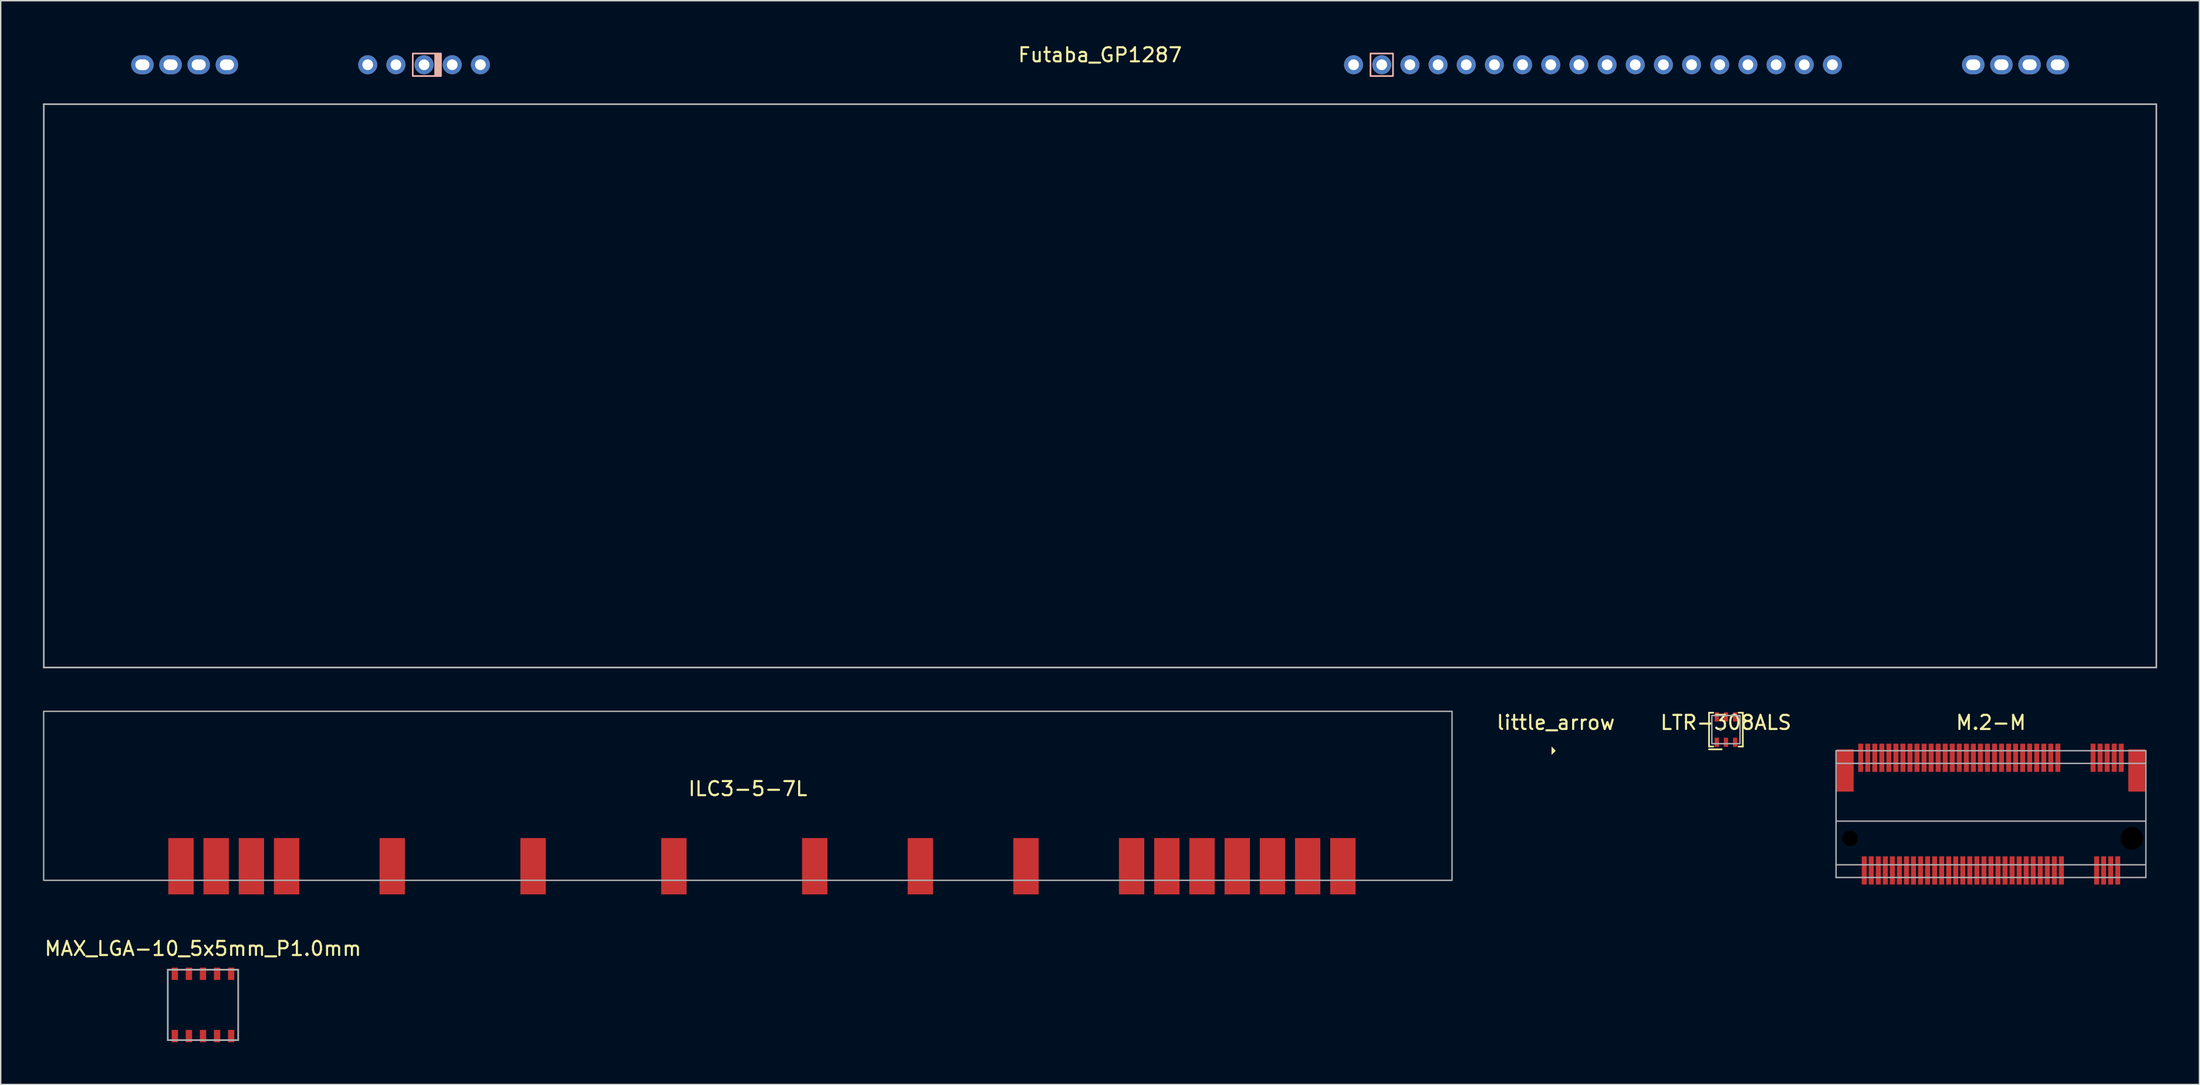
<source format=kicad_pcb>
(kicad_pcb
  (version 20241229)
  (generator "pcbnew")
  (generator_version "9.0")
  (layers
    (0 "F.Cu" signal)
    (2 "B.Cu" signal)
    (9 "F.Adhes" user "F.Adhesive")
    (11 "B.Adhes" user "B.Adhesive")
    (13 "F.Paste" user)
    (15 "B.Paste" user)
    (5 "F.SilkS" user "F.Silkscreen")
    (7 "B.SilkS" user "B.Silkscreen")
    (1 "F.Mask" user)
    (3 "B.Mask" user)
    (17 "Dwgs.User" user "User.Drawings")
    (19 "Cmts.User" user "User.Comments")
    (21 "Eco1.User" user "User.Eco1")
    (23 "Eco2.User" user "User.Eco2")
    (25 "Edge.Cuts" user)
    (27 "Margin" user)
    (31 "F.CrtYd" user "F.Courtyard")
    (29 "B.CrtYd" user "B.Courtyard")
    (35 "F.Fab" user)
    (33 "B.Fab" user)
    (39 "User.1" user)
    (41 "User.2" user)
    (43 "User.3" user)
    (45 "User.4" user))
  (footprint "Futaba_GP1287"
    (layer "F.Cu")
    (at 75.06 24.348)
    (property "Reference" "Futaba_GP1287" (at 0 -23.5 0) (layer "F.SilkS") (effects (font (size 1 1) (thickness 0.15))))
    (attr through_hole exclude_from_pos_files)
    (fp_rect (start -48.8 -23.6) (end -47.2 -22) (stroke (width 0.12) (type solid)) (fill no) (layer "B.SilkS"))
    (fp_rect (start -47.2 -23.6) (end -46.8 -22) (stroke (width 0.12) (type solid)) (fill yes) (layer "B.SilkS"))
    (fp_rect (start 19.2 -23.6) (end 20.8 -22) (stroke (width 0.12) (type solid)) (fill no) (layer "B.SilkS"))
    (fp_line (start -75 -20) (end 75 -20) (stroke (width 0.12) (type solid)) (layer "F.Fab"))
    (fp_line (start -75 20) (end -75 -20) (stroke (width 0.12) (type solid)) (layer "F.Fab"))
    (fp_line (start 75 -20) (end 75 20) (stroke (width 0.12) (type solid)) (layer "F.Fab"))
    (fp_line (start 75 20) (end -75 20) (stroke (width 0.12) (type solid)) (layer "F.Fab"))
    (pad "1" thru_hole oval (at -68 -22.8) (size 1.6 1.35) (drill oval 1 0.762) (layers "*.Cu" "*.Mask"))
    (pad "2" thru_hole oval (at -66 -22.8) (size 1.6 1.35) (drill oval 1 0.762) (layers "*.Cu" "*.Mask"))
    (pad "3" thru_hole oval (at -64 -22.8) (size 1.6 1.35) (drill oval 1 0.762) (layers "*.Cu" "*.Mask"))
    (pad "4" thru_hole oval (at -62 -22.8) (size 1.6 1.35) (drill oval 1 0.762) (layers "*.Cu" "*.Mask"))
    (pad "9" thru_hole circle (at -52 -22.8) (size 1.35 1.35) (drill 0.762) (layers "*.Cu" "*.Mask"))
    (pad "10" thru_hole circle (at -50 -22.8) (size 1.35 1.35) (drill 0.762) (layers "*.Cu" "*.Mask"))
    (pad "11" thru_hole circle (at -48 -22.8) (size 1.35 1.35) (drill 0.762) (layers "*.Cu" "*.Mask"))
    (pad "12" thru_hole circle (at -46 -22.8) (size 1.35 1.35) (drill 0.762) (layers "*.Cu" "*.Mask"))
    (pad "13" thru_hole circle (at -44 -22.8) (size 1.35 1.35) (drill 0.762) (layers "*.Cu" "*.Mask"))
    (pad "44" thru_hole circle (at 18 -22.8) (size 1.35 1.35) (drill 0.762) (layers "*.Cu" "*.Mask"))
    (pad "45" thru_hole circle (at 20 -22.8) (size 1.35 1.35) (drill 0.762) (layers "*.Cu" "*.Mask"))
    (pad "46" thru_hole circle (at 22 -22.8) (size 1.35 1.35) (drill 0.762) (layers "*.Cu" "*.Mask"))
    (pad "47" thru_hole circle (at 24 -22.8) (size 1.35 1.35) (drill 0.762) (layers "*.Cu" "*.Mask"))
    (pad "48" thru_hole circle (at 26 -22.8) (size 1.35 1.35) (drill 0.762) (layers "*.Cu" "*.Mask"))
    (pad "49" thru_hole circle (at 28 -22.8) (size 1.35 1.35) (drill 0.762) (layers "*.Cu" "*.Mask"))
    (pad "50" thru_hole circle (at 30 -22.8) (size 1.35 1.35) (drill 0.762) (layers "*.Cu" "*.Mask"))
    (pad "51" thru_hole circle (at 32 -22.8) (size 1.35 1.35) (drill 0.762) (layers "*.Cu" "*.Mask"))
    (pad "52" thru_hole circle (at 34 -22.8) (size 1.35 1.35) (drill 0.762) (layers "*.Cu" "*.Mask"))
    (pad "53" thru_hole circle (at 36 -22.8) (size 1.35 1.35) (drill 0.762) (layers "*.Cu" "*.Mask"))
    (pad "54" thru_hole circle (at 38 -22.8) (size 1.35 1.35) (drill 0.762) (layers "*.Cu" "*.Mask"))
    (pad "55" thru_hole circle (at 40 -22.8) (size 1.35 1.35) (drill 0.762) (layers "*.Cu" "*.Mask"))
    (pad "56" thru_hole circle (at 42 -22.8) (size 1.35 1.35) (drill 0.762) (layers "*.Cu" "*.Mask"))
    (pad "57" thru_hole circle (at 44 -22.8) (size 1.35 1.35) (drill 0.762) (layers "*.Cu" "*.Mask"))
    (pad "58" thru_hole circle (at 46 -22.8) (size 1.35 1.35) (drill 0.762) (layers "*.Cu" "*.Mask"))
    (pad "59" thru_hole circle (at 48 -22.8) (size 1.35 1.35) (drill 0.762) (layers "*.Cu" "*.Mask"))
    (pad "60" thru_hole circle (at 50 -22.8) (size 1.35 1.35) (drill 0.762) (layers "*.Cu" "*.Mask"))
    (pad "61" thru_hole circle (at 52 -22.8) (size 1.35 1.35) (drill 0.762) (layers "*.Cu" "*.Mask"))
    (pad "66" thru_hole oval (at 62 -22.8) (size 1.6 1.35) (drill oval 1 0.762) (layers "*.Cu" "*.Mask"))
    (pad "67" thru_hole oval (at 64 -22.8) (size 1.6 1.35) (drill oval 1 0.762) (layers "*.Cu" "*.Mask"))
    (pad "68" thru_hole oval (at 66 -22.8) (size 1.6 1.35) (drill oval 1 0.762) (layers "*.Cu" "*.Mask"))
    (pad "69" thru_hole oval (at 68 -22.8) (size 1.6 1.35) (drill oval 1 0.762) (layers "*.Cu" "*.Mask")))
  (footprint "little_arrow"
    (layer "F.Cu")
    (at 107.415 50.257)
    (property "Reference" "little_arrow" (at 0 -2 0) (layer "F.SilkS") (effects (font (size 1 1) (thickness 0.15))))
    (attr board_only exclude_from_pos_files exclude_from_bom)
    (pad "" smd custom (at -0.1 0) (size 0.0001 0.0001) (layers "F.SilkS") (options (anchor rect)) (primitives (gr_poly (pts (xy 0.1 0) (xy -0.2 0.3) (xy -0.2 -0.3)) (width 0) (fill yes)))))
  (footprint "LTR-308ALS"
    (layer "F.Cu")
    (at 119.499 48.757)
    (property "Reference" "LTR-308ALS" (at 0 -0.5 0) (unlocked yes) (layer "F.SilkS") (effects (font (size 1 1) (thickness 0.15))))
    (attr smd)
    (fp_line (start -1.2 -1.2) (end -1.2 1.2) (stroke (width 0.12) (type solid)) (layer "F.SilkS"))
    (fp_line (start -1.2 1.2) (end -0.9 1.2) (stroke (width 0.12) (type solid)) (layer "F.SilkS"))
    (fp_line (start -1.2 1.4) (end -0.3 1.4) (stroke (width 0.12) (type solid)) (layer "F.SilkS"))
    (fp_line (start -0.9 -1.2) (end -1.2 -1.2) (stroke (width 0.12) (type solid)) (layer "F.SilkS"))
    (fp_line (start 0.9 1.2) (end 1.2 1.2) (stroke (width 0.12) (type solid)) (layer "F.SilkS"))
    (fp_line (start 1.2 -1.2) (end 0.9 -1.2) (stroke (width 0.12) (type solid)) (layer "F.SilkS"))
    (fp_line (start 1.2 1.2) (end 1.2 -1.2) (stroke (width 0.12) (type solid)) (layer "F.SilkS"))
    (fp_rect (start -1 -1) (end 1 1) (stroke (width 0.1) (type solid)) (fill no) (layer "F.Fab"))
    (fp_circle (center -0.39 0) (end -0.39 -0.05) (stroke (width 0.1) (type solid)) (fill no) (layer "F.Fab"))
    (pad "1" smd rect (at -0.65 0.9) (size 0.3 0.65) (layers "F.Cu" "F.Mask" "F.Paste"))
    (pad "2" smd rect (at 0 0.9) (size 0.3 0.65) (layers "F.Cu" "F.Mask" "F.Paste"))
    (pad "3" smd rect (at 0.65 0.9) (size 0.3 0.65) (layers "F.Cu" "F.Mask" "F.Paste"))
    (pad "4" smd rect (at 0.65 -0.9) (size 0.3 0.65) (layers "F.Cu" "F.Mask" "F.Paste"))
    (pad "5" smd rect (at 0 -0.9) (size 0.3 0.65) (layers "F.Cu" "F.Mask" "F.Paste"))
    (pad "6" smd rect (at -0.65 -0.9) (size 0.3 0.65) (layers "F.Cu" "F.Mask" "F.Paste")))
  (footprint "M.2-M"
    (layer "F.Cu")
    (at 138.317 54.757)
    (property "Reference" "M.2-M" (at 0 -6.5 0) (layer "F.SilkS") (effects (font (size 1 1) (thickness 0.15))))
    (attr smd)
    (fp_line (start 0 4) (end 0 0) (stroke (width 0.01) (type solid)) (layer "Eco1.User"))
    (fp_line (start -11 -4.5) (end 11 -4.5) (stroke (width 0.1) (type solid)) (layer "F.Fab"))
    (fp_line (start -11 -3.6) (end 11 -3.6) (stroke (width 0.1) (type solid)) (layer "F.Fab"))
    (fp_line (start -11 3.6) (end 11 3.6) (stroke (width 0.1) (type solid)) (layer "F.Fab"))
    (fp_line (start -11 4.5) (end -11 -4.5) (stroke (width 0.1) (type solid)) (layer "F.Fab"))
    (fp_line (start 11 -4.5) (end 11 4.5) (stroke (width 0.1) (type solid)) (layer "F.Fab"))
    (fp_line (start 11 0.5) (end -11 0.5) (stroke (width 0.1) (type solid)) (layer "F.Fab"))
    (fp_line (start 11 4.5) (end -11 4.5) (stroke (width 0.1) (type solid)) (layer "F.Fab"))
    (pad "" np_thru_hole circle (at -10 1.725) (size 1.1 1.1) (drill 1.1) (layers "*.Mask"))
    (pad "" np_thru_hole circle (at 10 1.725) (size 1.6 1.6) (drill 1.6) (layers "*.Mask"))
    (pad "0" smd rect (at -10.35 -3.1) (size 1.2 3) (layers "F.Cu" "F.Mask" "F.Paste"))
    (pad "0" smd rect (at 10.35 -3.1) (size 1.2 3) (layers "F.Cu" "F.Mask" "F.Paste"))
    (pad "1" smd rect (at -9.25 -4) (size 0.35 2) (layers "F.Cu" "F.Mask" "F.Paste"))
    (pad "2" smd rect (at -9 4) (size 0.35 2) (layers "F.Cu" "F.Mask" "F.Paste"))
    (pad "3" smd rect (at -8.75 -4) (size 0.35 2) (layers "F.Cu" "F.Mask" "F.Paste"))
    (pad "4" smd rect (at -8.5 4) (size 0.35 2) (layers "F.Cu" "F.Mask" "F.Paste"))
    (pad "5" smd rect (at -8.25 -4) (size 0.35 2) (layers "F.Cu" "F.Mask" "F.Paste"))
    (pad "6" smd rect (at -8 4) (size 0.35 2) (layers "F.Cu" "F.Mask" "F.Paste"))
    (pad "7" smd rect (at -7.75 -4) (size 0.35 2) (layers "F.Cu" "F.Mask" "F.Paste"))
    (pad "8" smd rect (at -7.5 4) (size 0.35 2) (layers "F.Cu" "F.Mask" "F.Paste"))
    (pad "9" smd rect (at -7.25 -4) (size 0.35 2) (layers "F.Cu" "F.Mask" "F.Paste"))
    (pad "10" smd rect (at -7 4) (size 0.35 2) (layers "F.Cu" "F.Mask" "F.Paste"))
    (pad "11" smd rect (at -6.75 -4) (size 0.35 2) (layers "F.Cu" "F.Mask" "F.Paste"))
    (pad "12" smd rect (at -6.5 4) (size 0.35 2) (layers "F.Cu" "F.Mask" "F.Paste"))
    (pad "13" smd rect (at -6.25 -4) (size 0.35 2) (layers "F.Cu" "F.Mask" "F.Paste"))
    (pad "14" smd rect (at -6 4) (size 0.35 2) (layers "F.Cu" "F.Mask" "F.Paste"))
    (pad "15" smd rect (at -5.75 -4) (size 0.35 2) (layers "F.Cu" "F.Mask" "F.Paste"))
    (pad "16" smd rect (at -5.5 4) (size 0.35 2) (layers "F.Cu" "F.Mask" "F.Paste"))
    (pad "17" smd rect (at -5.25 -4) (size 0.35 2) (layers "F.Cu" "F.Mask" "F.Paste"))
    (pad "18" smd rect (at -5 4) (size 0.35 2) (layers "F.Cu" "F.Mask" "F.Paste"))
    (pad "19" smd rect (at -4.75 -4) (size 0.35 2) (layers "F.Cu" "F.Mask" "F.Paste"))
    (pad "20" smd rect (at -4.5 4) (size 0.35 2) (layers "F.Cu" "F.Mask" "F.Paste"))
    (pad "21" smd rect (at -4.25 -4) (size 0.35 2) (layers "F.Cu" "F.Mask" "F.Paste"))
    (pad "22" smd rect (at -4 4) (size 0.35 2) (layers "F.Cu" "F.Mask" "F.Paste"))
    (pad "23" smd rect (at -3.75 -4) (size 0.35 2) (layers "F.Cu" "F.Mask" "F.Paste"))
    (pad "24" smd rect (at -3.5 4) (size 0.35 2) (layers "F.Cu" "F.Mask" "F.Paste"))
    (pad "25" smd rect (at -3.25 -4) (size 0.35 2) (layers "F.Cu" "F.Mask" "F.Paste"))
    (pad "26" smd rect (at -3 4) (size 0.35 2) (layers "F.Cu" "F.Mask" "F.Paste"))
    (pad "27" smd rect (at -2.75 -4) (size 0.35 2) (layers "F.Cu" "F.Mask" "F.Paste"))
    (pad "28" smd rect (at -2.5 4) (size 0.35 2) (layers "F.Cu" "F.Mask" "F.Paste"))
    (pad "29" smd rect (at -2.25 -4) (size 0.35 2) (layers "F.Cu" "F.Mask" "F.Paste"))
    (pad "30" smd rect (at -2 4) (size 0.35 2) (layers "F.Cu" "F.Mask" "F.Paste"))
    (pad "31" smd rect (at -1.75 -4) (size 0.35 2) (layers "F.Cu" "F.Mask" "F.Paste"))
    (pad "32" smd rect (at -1.5 4) (size 0.35 2) (layers "F.Cu" "F.Mask" "F.Paste"))
    (pad "33" smd rect (at -1.25 -4) (size 0.35 2) (layers "F.Cu" "F.Mask" "F.Paste"))
    (pad "34" smd rect (at -1 4) (size 0.35 2) (layers "F.Cu" "F.Mask" "F.Paste"))
    (pad "35" smd rect (at -0.75 -4) (size 0.35 2) (layers "F.Cu" "F.Mask" "F.Paste"))
    (pad "36" smd rect (at -0.5 4) (size 0.35 2) (layers "F.Cu" "F.Mask" "F.Paste"))
    (pad "37" smd rect (at -0.25 -4) (size 0.35 2) (layers "F.Cu" "F.Mask" "F.Paste"))
    (pad "38" smd rect (at 0 4) (size 0.35 2) (layers "F.Cu" "F.Mask" "F.Paste"))
    (pad "39" smd rect (at 0.25 -4) (size 0.35 2) (layers "F.Cu" "F.Mask" "F.Paste"))
    (pad "40" smd rect (at 0.5 4) (size 0.35 2) (layers "F.Cu" "F.Mask" "F.Paste"))
    (pad "41" smd rect (at 0.75 -4) (size 0.35 2) (layers "F.Cu" "F.Mask" "F.Paste"))
    (pad "42" smd rect (at 1 4) (size 0.35 2) (layers "F.Cu" "F.Mask" "F.Paste"))
    (pad "43" smd rect (at 1.25 -4) (size 0.35 2) (layers "F.Cu" "F.Mask" "F.Paste"))
    (pad "44" smd rect (at 1.5 4) (size 0.35 2) (layers "F.Cu" "F.Mask" "F.Paste"))
    (pad "45" smd rect (at 1.75 -4) (size 0.35 2) (layers "F.Cu" "F.Mask" "F.Paste"))
    (pad "46" smd rect (at 2 4) (size 0.35 2) (layers "F.Cu" "F.Mask" "F.Paste"))
    (pad "47" smd rect (at 2.25 -4) (size 0.35 2) (layers "F.Cu" "F.Mask" "F.Paste"))
    (pad "48" smd rect (at 2.5 4) (size 0.35 2) (layers "F.Cu" "F.Mask" "F.Paste"))
    (pad "49" smd rect (at 2.75 -4) (size 0.35 2) (layers "F.Cu" "F.Mask" "F.Paste"))
    (pad "50" smd rect (at 3 4) (size 0.35 2) (layers "F.Cu" "F.Mask" "F.Paste"))
    (pad "51" smd rect (at 3.25 -4) (size 0.35 2) (layers "F.Cu" "F.Mask" "F.Paste"))
    (pad "52" smd rect (at 3.5 4) (size 0.35 2) (layers "F.Cu" "F.Mask" "F.Paste"))
    (pad "53" smd rect (at 3.75 -4) (size 0.35 2) (layers "F.Cu" "F.Mask" "F.Paste"))
    (pad "54" smd rect (at 4 4) (size 0.35 2) (layers "F.Cu" "F.Mask" "F.Paste"))
    (pad "55" smd rect (at 4.25 -4) (size 0.35 2) (layers "F.Cu" "F.Mask" "F.Paste"))
    (pad "56" smd rect (at 4.5 4) (size 0.35 2) (layers "F.Cu" "F.Mask" "F.Paste"))
    (pad "57" smd rect (at 4.75 -4) (size 0.35 2) (layers "F.Cu" "F.Mask" "F.Paste"))
    (pad "58" smd rect (at 5 4) (size 0.35 2) (layers "F.Cu" "F.Mask" "F.Paste"))
    (pad "67" smd rect (at 7.25 -4) (size 0.35 2) (layers "F.Cu" "F.Mask" "F.Paste"))
    (pad "68" smd rect (at 7.5 4) (size 0.35 2) (layers "F.Cu" "F.Mask" "F.Paste"))
    (pad "69" smd rect (at 7.75 -4) (size 0.35 2) (layers "F.Cu" "F.Mask" "F.Paste"))
    (pad "70" smd rect (at 8 4) (size 0.35 2) (layers "F.Cu" "F.Mask" "F.Paste"))
    (pad "71" smd rect (at 8.25 -4) (size 0.35 2) (layers "F.Cu" "F.Mask" "F.Paste"))
    (pad "72" smd rect (at 8.5 4) (size 0.35 2) (layers "F.Cu" "F.Mask" "F.Paste"))
    (pad "73" smd rect (at 8.75 -4) (size 0.35 2) (layers "F.Cu" "F.Mask" "F.Paste"))
    (pad "74" smd rect (at 9 4) (size 0.35 2) (layers "F.Cu" "F.Mask" "F.Paste"))
    (pad "75" smd rect (at 9.25 -4) (size 0.35 2) (layers "F.Cu" "F.Mask" "F.Paste")))
  (footprint "MAX_LGA-10_5x5mm_P1.0mm"
    (layer "F.Cu")
    (at 11.363 68.306)
    (property "Reference" "MAX_LGA-10_5x5mm_P1.0mm" (at 0 -4 0) (layer "F.SilkS") (effects (font (size 1 1) (thickness 0.15))))
    (attr smd)
    (fp_line (start -2.5 -2.5) (end 2.5 -2.5) (stroke (width 0.12) (type solid)) (layer "F.Fab"))
    (fp_line (start -2.5 2.5) (end -2.5 -2.5) (stroke (width 0.12) (type solid)) (layer "F.Fab"))
    (fp_line (start 2.5 -2.5) (end 2.5 2.5) (stroke (width 0.12) (type solid)) (layer "F.Fab"))
    (fp_line (start 2.5 2.5) (end -2.5 2.5) (stroke (width 0.12) (type solid)) (layer "F.Fab"))
    (pad "1" smd rect (at -2 2.212) (size 0.45 0.875) (layers "F.Cu" "F.Mask" "F.Paste"))
    (pad "2" smd rect (at -1 2.212) (size 0.45 0.875) (layers "F.Cu" "F.Mask" "F.Paste"))
    (pad "3" smd rect (at 0 2.212) (size 0.45 0.875) (layers "F.Cu" "F.Mask" "F.Paste"))
    (pad "4" smd rect (at 1 2.212) (size 0.45 0.875) (layers "F.Cu" "F.Mask" "F.Paste"))
    (pad "5" smd rect (at 2 2.212) (size 0.45 0.875) (layers "F.Cu" "F.Mask" "F.Paste"))
    (pad "6" smd rect (at 2 -2.212) (size 0.45 0.875) (layers "F.Cu" "F.Mask" "F.Paste"))
    (pad "7" smd rect (at 1 -2.212) (size 0.45 0.875) (layers "F.Cu" "F.Mask" "F.Paste"))
    (pad "8" smd rect (at 0 -2.212) (size 0.45 0.875) (layers "F.Cu" "F.Mask" "F.Paste"))
    (pad "9" smd rect (at -1 -2.212) (size 0.45 0.875) (layers "F.Cu" "F.Mask" "F.Paste"))
    (pad "10" smd rect (at -2 -2.212) (size 0.45 0.875) (layers "F.Cu" "F.Mask" "F.Paste")))
  (footprint "ILC3-5-7L"
    (layer "F.Cu")
    (at 50.05 53.458)
    (property "Reference" "ILC3-5-7L" (at 0 -0.5 0) (unlocked yes) (layer "F.SilkS") (effects (font (size 1 1) (thickness 0.15))))
    (attr smd exclude_from_pos_files)
    (fp_rect (start -50 6) (end 50 -6) (stroke (width 0.1) (type solid)) (fill no) (layer "F.Fab"))
    (pad "1" smd rect (at -40.25 5) (size 1.8 4) (layers "F.Cu" "F.Mask"))
    (pad "2" smd rect (at -37.75 5) (size 1.8 4) (layers "F.Cu" "F.Mask"))
    (pad "3" smd rect (at -35.25 5) (size 1.8 4) (layers "F.Cu" "F.Mask"))
    (pad "4" smd rect (at -32.75 5) (size 1.8 4) (layers "F.Cu" "F.Mask"))
    (pad "7" smd rect (at -25.25 5) (size 1.8 4) (layers "F.Cu" "F.Mask"))
    (pad "11" smd rect (at -15.25 5) (size 1.8 4) (layers "F.Cu" "F.Mask"))
    (pad "15" smd rect (at -5.25 5) (size 1.8 4) (layers "F.Cu" "F.Mask"))
    (pad "19" smd rect (at 4.75 5) (size 1.8 4) (layers "F.Cu" "F.Mask"))
    (pad "22" smd rect (at 12.25 5) (size 1.8 4) (layers "F.Cu" "F.Mask"))
    (pad "25" smd rect (at 19.75 5) (size 1.8 4) (layers "F.Cu" "F.Mask"))
    (pad "28" smd rect (at 27.25 5) (size 1.8 4) (layers "F.Cu" "F.Mask"))
    (pad "29" smd rect (at 29.75 5) (size 1.8 4) (layers "F.Cu" "F.Mask"))
    (pad "30" smd rect (at 32.25 5) (size 1.8 4) (layers "F.Cu" "F.Mask"))
    (pad "31" smd rect (at 34.75 5) (size 1.8 4) (layers "F.Cu" "F.Mask"))
    (pad "32" smd rect (at 37.25 5) (size 1.8 4) (layers "F.Cu" "F.Mask"))
    (pad "33" smd rect (at 39.75 5) (size 1.8 4) (layers "F.Cu" "F.Mask"))
    (pad "34" smd rect (at 42.25 5) (size 1.8 4) (layers "F.Cu" "F.Mask")))
  (gr_rect
    (start -3 -3)
    (end 153.12 73.957)
    (stroke (width 0.1) (type default))
    (fill no)
    (layer "Edge.Cuts")))
</source>
